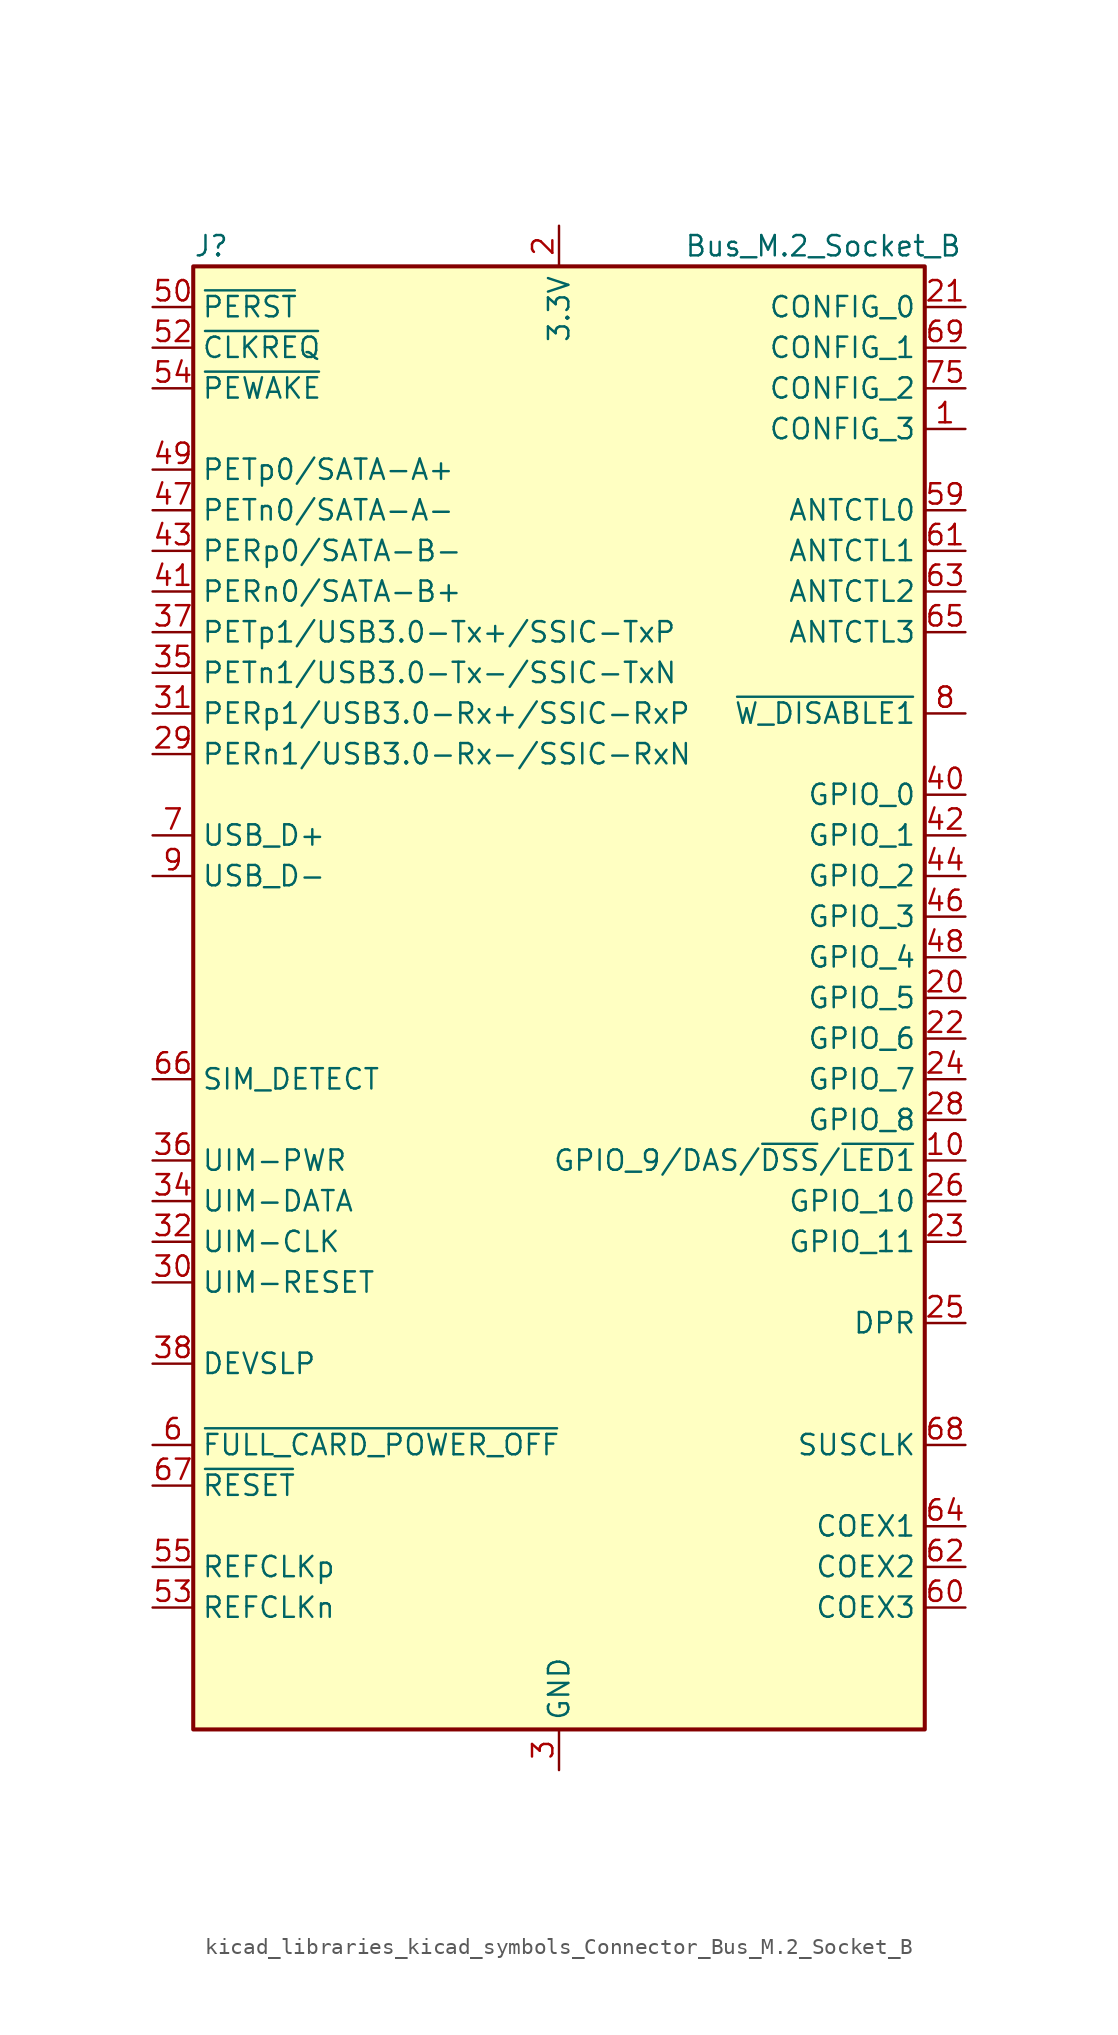
<source format=kicad_sym>
(kicad_symbol_lib
  (version 20220914)
  (generator kicad_symbol_editor)
  (symbol "kicad_libraries_kicad_symbols_Connector_Bus_M.2_Socket_B"
    (property "Reference" "J"
      (at -22.86 46.99 0)
      (effects (font (size 1.27 1.27)) (justify left)))
    (property "Value" "Bus_M.2_Socket_B"
      (at 16.51 46.99 0)
      (effects (font (size 1.27 1.27))))
    (symbol "kicad_libraries_kicad_symbols_Connector_Bus_M.2_Socket_B_0_1"
      (rectangle (start -22.86 45.72) (end 22.86 -45.72) (stroke (width 0.254) (type default)) (fill (type background))))
    (symbol "kicad_libraries_kicad_symbols_Connector_Bus_M.2_Socket_B_1_1"
      (pin input line (at 25.4 35.56 180) (length 2.54) (name "CONFIG_3" (effects (font (size 1.27 1.27)))) (number "1" (effects (font (size 1.27 1.27)))))
      (pin bidirectional line (at 25.4 -10.16 180) (length 2.54) (name "GPIO_9/DAS/~{DSS}/~{LED1}" (effects (font (size 1.27 1.27)))) (number "10" (effects (font (size 1.27 1.27)))))
      (pin passive line (at 0 -48.26 90) (length 2.54) hide (name "GND" (effects (font (size 1.27 1.27)))) (number "11" (effects (font (size 1.27 1.27)))))
      (pin power_in line (at 0 48.26 270) (length 2.54) (name "3.3V" (effects (font (size 1.27 1.27)))) (number "2" (effects (font (size 1.27 1.27)))))
      (pin bidirectional line (at 25.4 0 180) (length 2.54) (name "GPIO_5" (effects (font (size 1.27 1.27)))) (number "20" (effects (font (size 1.27 1.27)))))
      (pin input line (at 25.4 43.18 180) (length 2.54) (name "CONFIG_0" (effects (font (size 1.27 1.27)))) (number "21" (effects (font (size 1.27 1.27)))))
      (pin bidirectional line (at 25.4 -2.54 180) (length 2.54) (name "GPIO_6" (effects (font (size 1.27 1.27)))) (number "22" (effects (font (size 1.27 1.27)))))
      (pin bidirectional line (at 25.4 -15.24 180) (length 2.54) (name "GPIO_11" (effects (font (size 1.27 1.27)))) (number "23" (effects (font (size 1.27 1.27)))))
      (pin bidirectional line (at 25.4 -5.08 180) (length 2.54) (name "GPIO_7" (effects (font (size 1.27 1.27)))) (number "24" (effects (font (size 1.27 1.27)))))
      (pin output line (at 25.4 -20.32 180) (length 2.54) (name "DPR" (effects (font (size 1.27 1.27)))) (number "25" (effects (font (size 1.27 1.27)))))
      (pin bidirectional line (at 25.4 -12.7 180) (length 2.54) (name "GPIO_10" (effects (font (size 1.27 1.27)))) (number "26" (effects (font (size 1.27 1.27)))))
      (pin passive line (at 0 -48.26 90) (length 2.54) hide (name "GND" (effects (font (size 1.27 1.27)))) (number "27" (effects (font (size 1.27 1.27)))))
      (pin bidirectional line (at 25.4 -7.62 180) (length 2.54) (name "GPIO_8" (effects (font (size 1.27 1.27)))) (number "28" (effects (font (size 1.27 1.27)))))
      (pin input line (at -25.4 15.24 0) (length 2.54) (name "PERn1/USB3.0-Rx-/SSIC-RxN" (effects (font (size 1.27 1.27)))) (number "29" (effects (font (size 1.27 1.27)))))
      (pin power_in line (at 0 -48.26 90) (length 2.54) (name "GND" (effects (font (size 1.27 1.27)))) (number "3" (effects (font (size 1.27 1.27)))))
      (pin input line (at -25.4 -17.78 0) (length 2.54) (name "UIM-RESET" (effects (font (size 1.27 1.27)))) (number "30" (effects (font (size 1.27 1.27)))))
      (pin input line (at -25.4 17.78 0) (length 2.54) (name "PERp1/USB3.0-Rx+/SSIC-RxP" (effects (font (size 1.27 1.27)))) (number "31" (effects (font (size 1.27 1.27)))))
      (pin input line (at -25.4 -15.24 0) (length 2.54) (name "UIM-CLK" (effects (font (size 1.27 1.27)))) (number "32" (effects (font (size 1.27 1.27)))))
      (pin passive line (at 0 -48.26 90) (length 2.54) hide (name "GND" (effects (font (size 1.27 1.27)))) (number "33" (effects (font (size 1.27 1.27)))))
      (pin bidirectional line (at -25.4 -12.7 0) (length 2.54) (name "UIM-DATA" (effects (font (size 1.27 1.27)))) (number "34" (effects (font (size 1.27 1.27)))))
      (pin output line (at -25.4 20.32 0) (length 2.54) (name "PETn1/USB3.0-Tx-/SSIC-TxN" (effects (font (size 1.27 1.27)))) (number "35" (effects (font (size 1.27 1.27)))))
      (pin input line (at -25.4 -10.16 0) (length 2.54) (name "UIM-PWR" (effects (font (size 1.27 1.27)))) (number "36" (effects (font (size 1.27 1.27)))))
      (pin output line (at -25.4 22.86 0) (length 2.54) (name "PETp1/USB3.0-Tx+/SSIC-TxP" (effects (font (size 1.27 1.27)))) (number "37" (effects (font (size 1.27 1.27)))))
      (pin output line (at -25.4 -22.86 0) (length 2.54) (name "DEVSLP" (effects (font (size 1.27 1.27)))) (number "38" (effects (font (size 1.27 1.27)))))
      (pin passive line (at 0 -48.26 90) (length 2.54) hide (name "GND" (effects (font (size 1.27 1.27)))) (number "39" (effects (font (size 1.27 1.27)))))
      (pin passive line (at 0 48.26 270) (length 2.54) hide (name "3.3V" (effects (font (size 1.27 1.27)))) (number "4" (effects (font (size 1.27 1.27)))))
      (pin bidirectional line (at 25.4 12.7 180) (length 2.54) (name "GPIO_0" (effects (font (size 1.27 1.27)))) (number "40" (effects (font (size 1.27 1.27)))))
      (pin input line (at -25.4 25.4 0) (length 2.54) (name "PERn0/SATA-B+" (effects (font (size 1.27 1.27)))) (number "41" (effects (font (size 1.27 1.27)))))
      (pin bidirectional line (at 25.4 10.16 180) (length 2.54) (name "GPIO_1" (effects (font (size 1.27 1.27)))) (number "42" (effects (font (size 1.27 1.27)))))
      (pin input line (at -25.4 27.94 0) (length 2.54) (name "PERp0/SATA-B-" (effects (font (size 1.27 1.27)))) (number "43" (effects (font (size 1.27 1.27)))))
      (pin bidirectional line (at 25.4 7.62 180) (length 2.54) (name "GPIO_2" (effects (font (size 1.27 1.27)))) (number "44" (effects (font (size 1.27 1.27)))))
      (pin passive line (at 0 -48.26 90) (length 2.54) hide (name "GND" (effects (font (size 1.27 1.27)))) (number "45" (effects (font (size 1.27 1.27)))))
      (pin bidirectional line (at 25.4 5.08 180) (length 2.54) (name "GPIO_3" (effects (font (size 1.27 1.27)))) (number "46" (effects (font (size 1.27 1.27)))))
      (pin output line (at -25.4 30.48 0) (length 2.54) (name "PETn0/SATA-A-" (effects (font (size 1.27 1.27)))) (number "47" (effects (font (size 1.27 1.27)))))
      (pin bidirectional line (at 25.4 2.54 180) (length 2.54) (name "GPIO_4" (effects (font (size 1.27 1.27)))) (number "48" (effects (font (size 1.27 1.27)))))
      (pin output line (at -25.4 33.02 0) (length 2.54) (name "PETp0/SATA-A+" (effects (font (size 1.27 1.27)))) (number "49" (effects (font (size 1.27 1.27)))))
      (pin passive line (at 0 -48.26 90) (length 2.54) hide (name "GND" (effects (font (size 1.27 1.27)))) (number "5" (effects (font (size 1.27 1.27)))))
      (pin output line (at -25.4 43.18 0) (length 2.54) (name "~{PERST}" (effects (font (size 1.27 1.27)))) (number "50" (effects (font (size 1.27 1.27)))))
      (pin passive line (at 0 -48.26 90) (length 2.54) hide (name "GND" (effects (font (size 1.27 1.27)))) (number "51" (effects (font (size 1.27 1.27)))))
      (pin bidirectional line (at -25.4 40.64 0) (length 2.54) (name "~{CLKREQ}" (effects (font (size 1.27 1.27)))) (number "52" (effects (font (size 1.27 1.27)))))
      (pin output line (at -25.4 -38.1 0) (length 2.54) (name "REFCLKn" (effects (font (size 1.27 1.27)))) (number "53" (effects (font (size 1.27 1.27)))))
      (pin bidirectional line (at -25.4 38.1 0) (length 2.54) (name "~{PEWAKE}" (effects (font (size 1.27 1.27)))) (number "54" (effects (font (size 1.27 1.27)))))
      (pin output line (at -25.4 -35.56 0) (length 2.54) (name "REFCLKp" (effects (font (size 1.27 1.27)))) (number "55" (effects (font (size 1.27 1.27)))))
      (pin no_connect line (at 22.86 -43.18 180) (length 2.54) hide (name "NC" (effects (font (size 1.27 1.27)))) (number "56" (effects (font (size 1.27 1.27)))))
      (pin passive line (at 0 -48.26 90) (length 2.54) hide (name "GND" (effects (font (size 1.27 1.27)))) (number "57" (effects (font (size 1.27 1.27)))))
      (pin no_connect line (at 22.86 -40.64 180) (length 2.54) hide (name "NC" (effects (font (size 1.27 1.27)))) (number "58" (effects (font (size 1.27 1.27)))))
      (pin input line (at 25.4 30.48 180) (length 2.54) (name "ANTCTL0" (effects (font (size 1.27 1.27)))) (number "59" (effects (font (size 1.27 1.27)))))
      (pin output line (at -25.4 -27.94 0) (length 2.54) (name "~{FULL_CARD_POWER_OFF}" (effects (font (size 1.27 1.27)))) (number "6" (effects (font (size 1.27 1.27)))))
      (pin bidirectional line (at 25.4 -38.1 180) (length 2.54) (name "COEX3" (effects (font (size 1.27 1.27)))) (number "60" (effects (font (size 1.27 1.27)))))
      (pin input line (at 25.4 27.94 180) (length 2.54) (name "ANTCTL1" (effects (font (size 1.27 1.27)))) (number "61" (effects (font (size 1.27 1.27)))))
      (pin bidirectional line (at 25.4 -35.56 180) (length 2.54) (name "COEX2" (effects (font (size 1.27 1.27)))) (number "62" (effects (font (size 1.27 1.27)))))
      (pin input line (at 25.4 25.4 180) (length 2.54) (name "ANTCTL2" (effects (font (size 1.27 1.27)))) (number "63" (effects (font (size 1.27 1.27)))))
      (pin bidirectional line (at 25.4 -33.02 180) (length 2.54) (name "COEX1" (effects (font (size 1.27 1.27)))) (number "64" (effects (font (size 1.27 1.27)))))
      (pin input line (at 25.4 22.86 180) (length 2.54) (name "ANTCTL3" (effects (font (size 1.27 1.27)))) (number "65" (effects (font (size 1.27 1.27)))))
      (pin output line (at -25.4 -5.08 0) (length 2.54) (name "SIM_DETECT" (effects (font (size 1.27 1.27)))) (number "66" (effects (font (size 1.27 1.27)))))
      (pin output line (at -25.4 -30.48 0) (length 2.54) (name "~{RESET}" (effects (font (size 1.27 1.27)))) (number "67" (effects (font (size 1.27 1.27)))))
      (pin output line (at 25.4 -27.94 180) (length 2.54) (name "SUSCLK" (effects (font (size 1.27 1.27)))) (number "68" (effects (font (size 1.27 1.27)))))
      (pin input line (at 25.4 40.64 180) (length 2.54) (name "CONFIG_1" (effects (font (size 1.27 1.27)))) (number "69" (effects (font (size 1.27 1.27)))))
      (pin bidirectional line (at -25.4 10.16 0) (length 2.54) (name "USB_D+" (effects (font (size 1.27 1.27)))) (number "7" (effects (font (size 1.27 1.27)))))
      (pin passive line (at 0 48.26 270) (length 2.54) hide (name "3.3V" (effects (font (size 1.27 1.27)))) (number "70" (effects (font (size 1.27 1.27)))))
      (pin passive line (at 0 -48.26 90) (length 2.54) hide (name "GND" (effects (font (size 1.27 1.27)))) (number "71" (effects (font (size 1.27 1.27)))))
      (pin passive line (at 0 48.26 270) (length 2.54) hide (name "3.3V" (effects (font (size 1.27 1.27)))) (number "72" (effects (font (size 1.27 1.27)))))
      (pin passive line (at 0 -48.26 90) (length 2.54) hide (name "GND" (effects (font (size 1.27 1.27)))) (number "73" (effects (font (size 1.27 1.27)))))
      (pin passive line (at 0 48.26 270) (length 2.54) hide (name "3.3V" (effects (font (size 1.27 1.27)))) (number "74" (effects (font (size 1.27 1.27)))))
      (pin input line (at 25.4 38.1 180) (length 2.54) (name "CONFIG_2" (effects (font (size 1.27 1.27)))) (number "75" (effects (font (size 1.27 1.27)))))
      (pin output line (at 25.4 17.78 180) (length 2.54) (name "~{W_DISABLE1}" (effects (font (size 1.27 1.27)))) (number "8" (effects (font (size 1.27 1.27)))))
      (pin bidirectional line (at -25.4 7.62 0) (length 2.54) (name "USB_D-" (effects (font (size 1.27 1.27)))) (number "9" (effects (font (size 1.27 1.27))))))))
</source>
